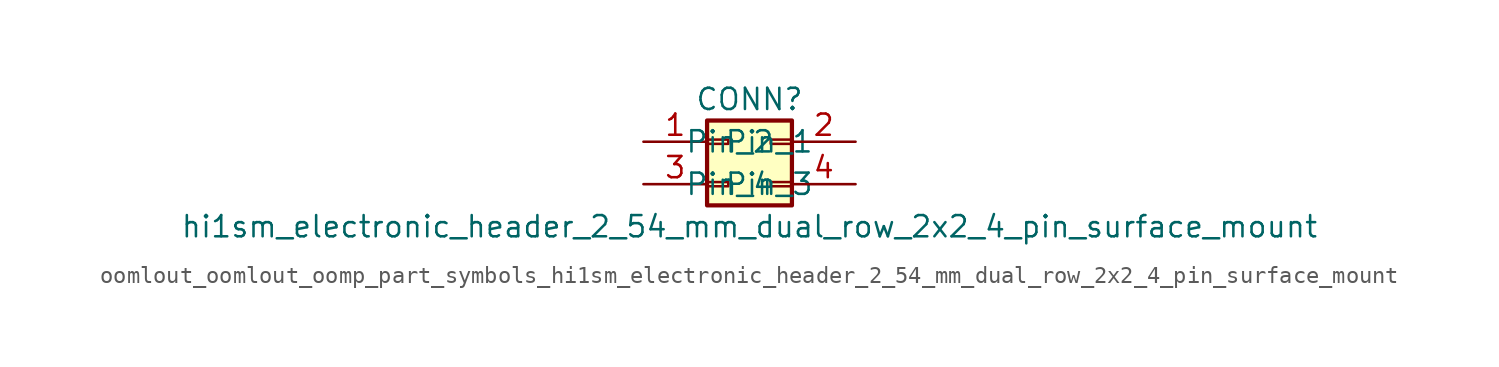
<source format=kicad_sym>
(kicad_symbol_lib
  (version 20220914)
  (generator kicad_symbol_editor)
  (symbol "oomlout_oomlout_oomp_part_symbols_hi1sm_electronic_header_2_54_mm_dual_row_2x2_4_pin_surface_mount"
    (pin_names
      (offset 1.016))
    (property "Reference" "CONN"
      (at 1.27 2.54 0)
      (effects (font (size 1.27 1.27))))
    (property "Value" "hi1sm_electronic_header_2_54_mm_dual_row_2x2_4_pin_surface_mount"
      (at 1.27 -5.08 0)
      (effects (font (size 1.27 1.27))))
    (symbol "oomlout_oomlout_oomp_part_symbols_hi1sm_electronic_header_2_54_mm_dual_row_2x2_4_pin_surface_mount_1_1"
      (rectangle (start -1.27 -2.413) (end 0 -2.667) (stroke (width 0.152) (type default)) (fill (type none)))
      (rectangle (start -1.27 0.127) (end 0 -0.127) (stroke (width 0.152) (type default)) (fill (type none)))
      (rectangle (start -1.27 1.27) (end 3.81 -3.81) (stroke (width 0.254) (type default)) (fill (type background)))
      (rectangle (start 3.81 -2.413) (end 2.54 -2.667) (stroke (width 0.152) (type default)) (fill (type none)))
      (rectangle (start 3.81 0.127) (end 2.54 -0.127) (stroke (width 0.152) (type default)) (fill (type none)))
      (pin passive line (at -5.08 0 0) (length 3.81) (name "Pin_1" (effects (font (size 1.27 1.27)))) (number "1" (effects (font (size 1.27 1.27)))))
      (pin passive line (at 7.62 0 180) (length 3.81) (name "Pin_2" (effects (font (size 1.27 1.27)))) (number "2" (effects (font (size 1.27 1.27)))))
      (pin passive line (at -5.08 -2.54 0) (length 3.81) (name "Pin_3" (effects (font (size 1.27 1.27)))) (number "3" (effects (font (size 1.27 1.27)))))
      (pin passive line (at 7.62 -2.54 180) (length 3.81) (name "Pin_4" (effects (font (size 1.27 1.27)))) (number "4" (effects (font (size 1.27 1.27))))))))
</source>
